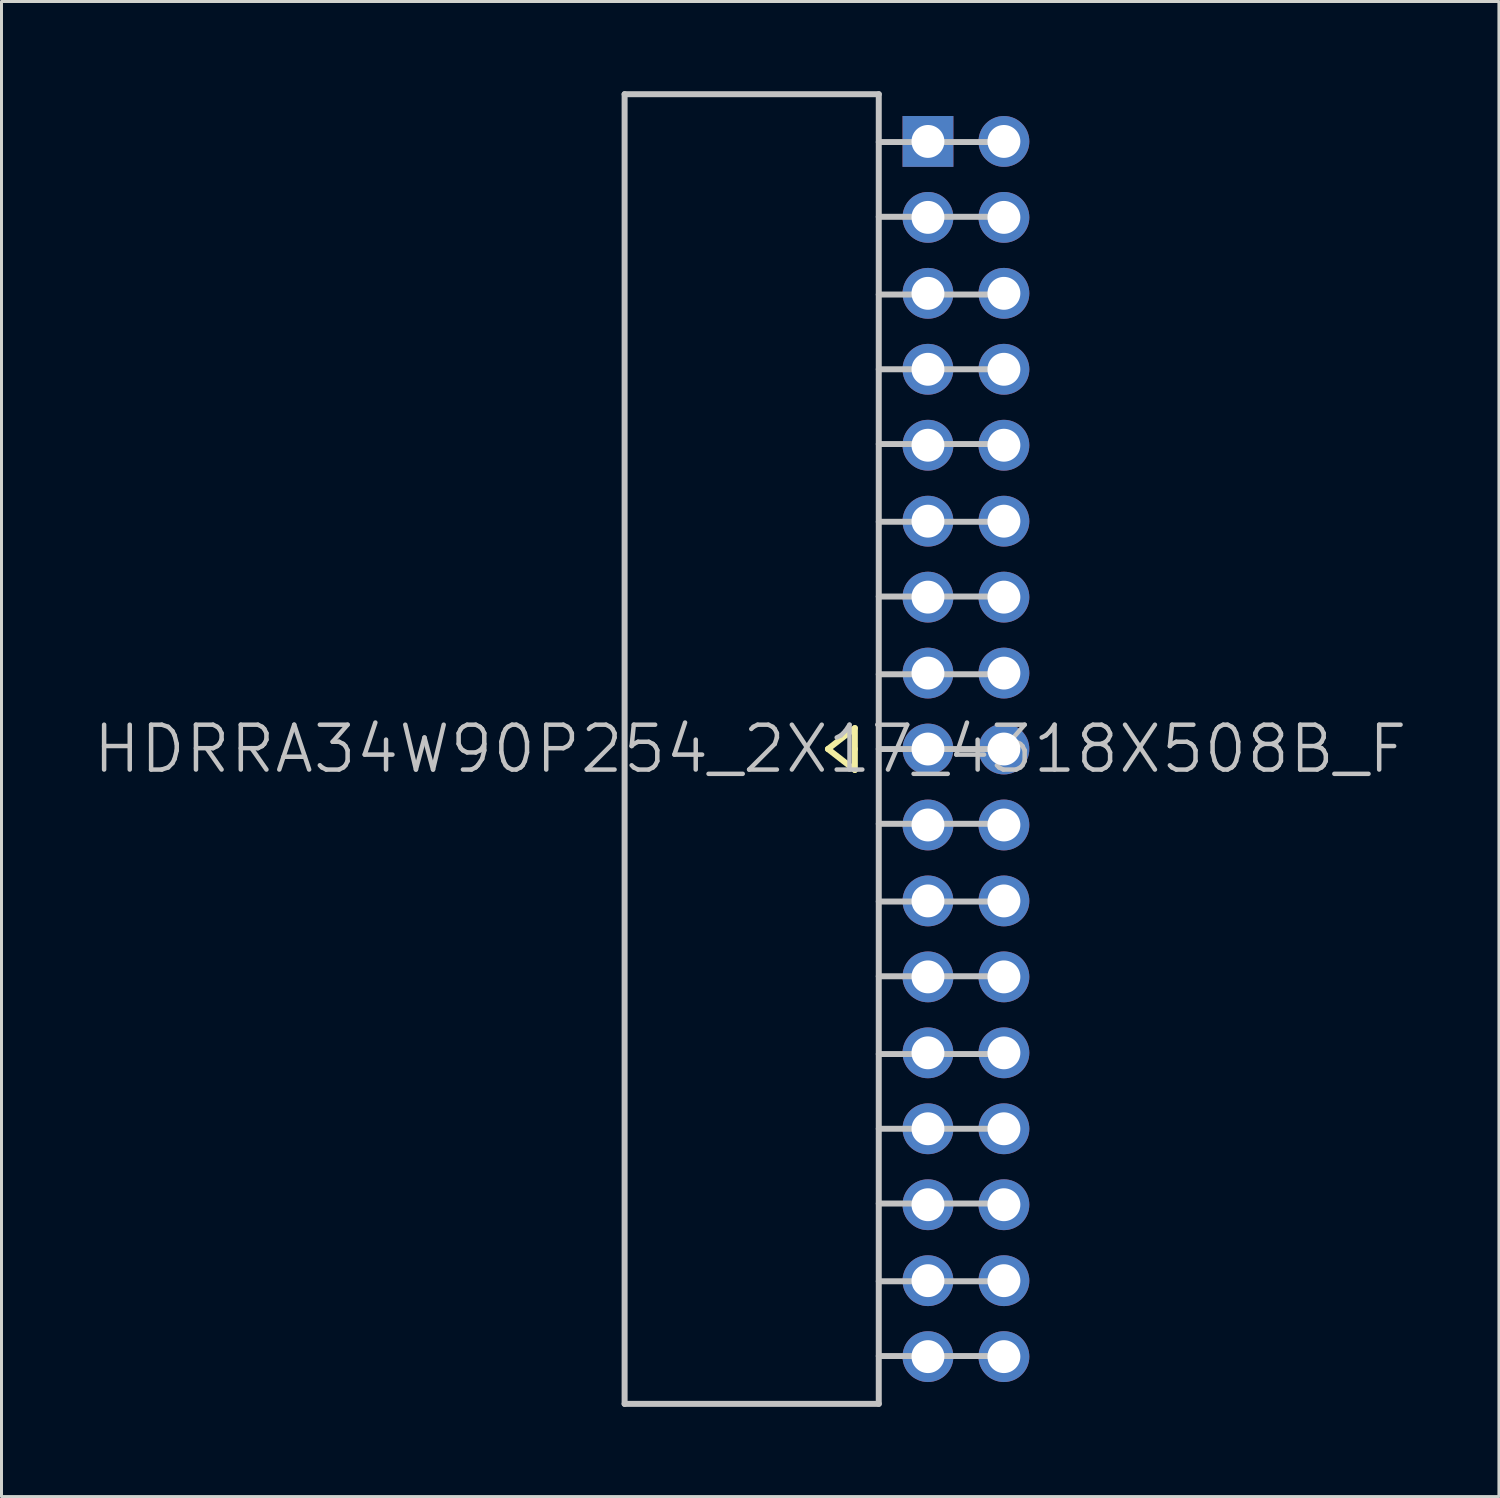
<source format=kicad_pcb>
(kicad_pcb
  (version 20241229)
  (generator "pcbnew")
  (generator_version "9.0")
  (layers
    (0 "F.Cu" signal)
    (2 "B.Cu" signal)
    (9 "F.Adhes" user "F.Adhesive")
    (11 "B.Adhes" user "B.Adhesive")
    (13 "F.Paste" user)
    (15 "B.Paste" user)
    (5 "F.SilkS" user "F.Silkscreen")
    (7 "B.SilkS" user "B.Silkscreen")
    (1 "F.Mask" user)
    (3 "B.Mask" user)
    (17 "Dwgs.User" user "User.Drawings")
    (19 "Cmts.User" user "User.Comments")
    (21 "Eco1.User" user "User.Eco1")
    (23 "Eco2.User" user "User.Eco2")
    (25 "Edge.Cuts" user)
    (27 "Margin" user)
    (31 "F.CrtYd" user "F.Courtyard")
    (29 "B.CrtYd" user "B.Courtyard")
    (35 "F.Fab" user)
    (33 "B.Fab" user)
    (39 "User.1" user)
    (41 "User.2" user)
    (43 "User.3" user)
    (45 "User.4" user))
  (footprint "HDRRA34W90P254_2X17_4318X508B_F"
    (layer "F.Cu")
    (at 24.339 22)
    (property "Reference" "HDRRA34W90P254_2X17_4318X508B_F" (at -2.3 0 180) (layer "Dwgs.User") (effects (font (size 1.5 1.5) (thickness 0.15))))
    (attr through_hole)
    (fp_line (start 0.3 0) (end 1.2 0.7) (stroke (width 0.2) (type solid)) (layer "F.SilkS"))
    (fp_line (start 1.2 -0.7) (end 0.3 0) (stroke (width 0.2) (type solid)) (layer "F.SilkS"))
    (fp_line (start 1.2 0) (end 1.2 -0.7) (stroke (width 0.2) (type solid)) (layer "F.SilkS"))
    (fp_line (start 1.2 0.7) (end 1.2 0) (stroke (width 0.2) (type solid)) (layer "F.SilkS"))
    (fp_line (start -6.5 -21.9) (end -6.5 21.9) (stroke (width 0.2) (type solid)) (layer "Dwgs.User"))
    (fp_line (start 2 -21.9) (end -6.5 -21.9) (stroke (width 0.2) (type solid)) (layer "Dwgs.User"))
    (fp_line (start 2 -21.9) (end 2 21.9) (stroke (width 0.2) (type solid)) (layer "Dwgs.User"))
    (fp_line (start 2 21.9) (end -6.5 21.9) (stroke (width 0.2) (type solid)) (layer "Dwgs.User"))
    (fp_line (start 6.2 -20.3) (end 2 -20.3) (stroke (width 0.2) (type solid)) (layer "Dwgs.User"))
    (fp_line (start 6.2 -17.8) (end 2 -17.8) (stroke (width 0.2) (type solid)) (layer "Dwgs.User"))
    (fp_line (start 6.2 -15.2) (end 2 -15.2) (stroke (width 0.2) (type solid)) (layer "Dwgs.User"))
    (fp_line (start 6.2 -12.7) (end 2 -12.7) (stroke (width 0.2) (type solid)) (layer "Dwgs.User"))
    (fp_line (start 6.2 -10.2) (end 2 -10.2) (stroke (width 0.2) (type solid)) (layer "Dwgs.User"))
    (fp_line (start 6.2 -7.6) (end 2 -7.6) (stroke (width 0.2) (type solid)) (layer "Dwgs.User"))
    (fp_line (start 6.2 -5.1) (end 2 -5.1) (stroke (width 0.2) (type solid)) (layer "Dwgs.User"))
    (fp_line (start 6.2 -2.5) (end 2 -2.5) (stroke (width 0.2) (type solid)) (layer "Dwgs.User"))
    (fp_line (start 6.2 0) (end 2 0) (stroke (width 0.2) (type solid)) (layer "Dwgs.User"))
    (fp_line (start 6.2 2.5) (end 2 2.5) (stroke (width 0.2) (type solid)) (layer "Dwgs.User"))
    (fp_line (start 6.2 5.1) (end 2 5.1) (stroke (width 0.2) (type solid)) (layer "Dwgs.User"))
    (fp_line (start 6.2 7.6) (end 2 7.6) (stroke (width 0.2) (type solid)) (layer "Dwgs.User"))
    (fp_line (start 6.2 10.2) (end 2 10.2) (stroke (width 0.2) (type solid)) (layer "Dwgs.User"))
    (fp_line (start 6.2 12.7) (end 2 12.7) (stroke (width 0.2) (type solid)) (layer "Dwgs.User"))
    (fp_line (start 6.2 15.2) (end 2 15.2) (stroke (width 0.2) (type solid)) (layer "Dwgs.User"))
    (fp_line (start 6.2 17.8) (end 2 17.8) (stroke (width 0.2) (type solid)) (layer "Dwgs.User"))
    (fp_line (start 6.2 20.3) (end 2 20.3) (stroke (width 0.2) (type solid)) (layer "Dwgs.User"))
    (pad "1" thru_hole rect (at 3.645 -20.32) (size 1.7 1.7) (drill 1.1) (layers "*.Cu" "*.Mask"))
    (pad "2" thru_hole circle (at 6.185 -20.32 270) (size 1.7 1.7) (drill 1.1) (layers "*.Cu" "*.Mask"))
    (pad "3" thru_hole circle (at 3.645 -17.78 270) (size 1.7 1.7) (drill 1.1) (layers "*.Cu" "*.Mask"))
    (pad "4" thru_hole circle (at 6.185 -17.78 270) (size 1.7 1.7) (drill 1.1) (layers "*.Cu" "*.Mask"))
    (pad "5" thru_hole circle (at 3.645 -15.24 270) (size 1.7 1.7) (drill 1.1) (layers "*.Cu" "*.Mask"))
    (pad "6" thru_hole circle (at 6.185 -15.24 270) (size 1.7 1.7) (drill 1.1) (layers "*.Cu" "*.Mask"))
    (pad "7" thru_hole circle (at 3.645 -12.7 270) (size 1.7 1.7) (drill 1.1) (layers "*.Cu" "*.Mask"))
    (pad "8" thru_hole circle (at 6.185 -12.7 270) (size 1.7 1.7) (drill 1.1) (layers "*.Cu" "*.Mask"))
    (pad "9" thru_hole circle (at 3.645 -10.16 270) (size 1.7 1.7) (drill 1.1) (layers "*.Cu" "*.Mask"))
    (pad "10" thru_hole circle (at 6.185 -10.16 270) (size 1.7 1.7) (drill 1.1) (layers "*.Cu" "*.Mask"))
    (pad "11" thru_hole circle (at 3.645 -7.62 270) (size 1.7 1.7) (drill 1.1) (layers "*.Cu" "*.Mask"))
    (pad "12" thru_hole circle (at 6.185 -7.62 270) (size 1.7 1.7) (drill 1.1) (layers "*.Cu" "*.Mask"))
    (pad "13" thru_hole circle (at 3.645 -5.08 270) (size 1.7 1.7) (drill 1.1) (layers "*.Cu" "*.Mask"))
    (pad "14" thru_hole circle (at 6.185 -5.08 270) (size 1.7 1.7) (drill 1.1) (layers "*.Cu" "*.Mask"))
    (pad "15" thru_hole circle (at 3.645 -2.54 270) (size 1.7 1.7) (drill 1.1) (layers "*.Cu" "*.Mask"))
    (pad "16" thru_hole circle (at 6.185 -2.54 270) (size 1.7 1.7) (drill 1.1) (layers "*.Cu" "*.Mask"))
    (pad "17" thru_hole circle (at 3.645 0 270) (size 1.7 1.7) (drill 1.1) (layers "*.Cu" "*.Mask"))
    (pad "18" thru_hole circle (at 6.185 0 270) (size 1.7 1.7) (drill 1.1) (layers "*.Cu" "*.Mask"))
    (pad "19" thru_hole circle (at 3.645 2.54 270) (size 1.7 1.7) (drill 1.1) (layers "*.Cu" "*.Mask"))
    (pad "20" thru_hole circle (at 6.185 2.54 270) (size 1.7 1.7) (drill 1.1) (layers "*.Cu" "*.Mask"))
    (pad "21" thru_hole circle (at 3.645 5.08 270) (size 1.7 1.7) (drill 1.1) (layers "*.Cu" "*.Mask"))
    (pad "22" thru_hole circle (at 6.185 5.08 270) (size 1.7 1.7) (drill 1.1) (layers "*.Cu" "*.Mask"))
    (pad "23" thru_hole circle (at 3.645 7.62 270) (size 1.7 1.7) (drill 1.1) (layers "*.Cu" "*.Mask"))
    (pad "24" thru_hole circle (at 6.185 7.62 270) (size 1.7 1.7) (drill 1.1) (layers "*.Cu" "*.Mask"))
    (pad "25" thru_hole circle (at 3.645 10.16 270) (size 1.7 1.7) (drill 1.1) (layers "*.Cu" "*.Mask"))
    (pad "26" thru_hole circle (at 6.185 10.16 270) (size 1.7 1.7) (drill 1.1) (layers "*.Cu" "*.Mask"))
    (pad "27" thru_hole circle (at 3.645 12.7 270) (size 1.7 1.7) (drill 1.1) (layers "*.Cu" "*.Mask"))
    (pad "28" thru_hole circle (at 6.185 12.7 270) (size 1.7 1.7) (drill 1.1) (layers "*.Cu" "*.Mask"))
    (pad "29" thru_hole circle (at 3.645 15.24 270) (size 1.7 1.7) (drill 1.1) (layers "*.Cu" "*.Mask"))
    (pad "30" thru_hole circle (at 6.185 15.24 270) (size 1.7 1.7) (drill 1.1) (layers "*.Cu" "*.Mask"))
    (pad "31" thru_hole circle (at 3.645 17.78 270) (size 1.7 1.7) (drill 1.1) (layers "*.Cu" "*.Mask"))
    (pad "32" thru_hole circle (at 6.185 17.78 270) (size 1.7 1.7) (drill 1.1) (layers "*.Cu" "*.Mask"))
    (pad "33" thru_hole circle (at 3.645 20.32 270) (size 1.7 1.7) (drill 1.1) (layers "*.Cu" "*.Mask"))
    (pad "34" thru_hole circle (at 6.185 20.32 270) (size 1.7 1.7) (drill 1.1) (layers "*.Cu" "*.Mask")))
  (gr_rect
    (start -3 -3)
    (end 47.079 47)
    (stroke (width 0.1) (type default))
    (fill no)
    (layer "Edge.Cuts")))
</source>
